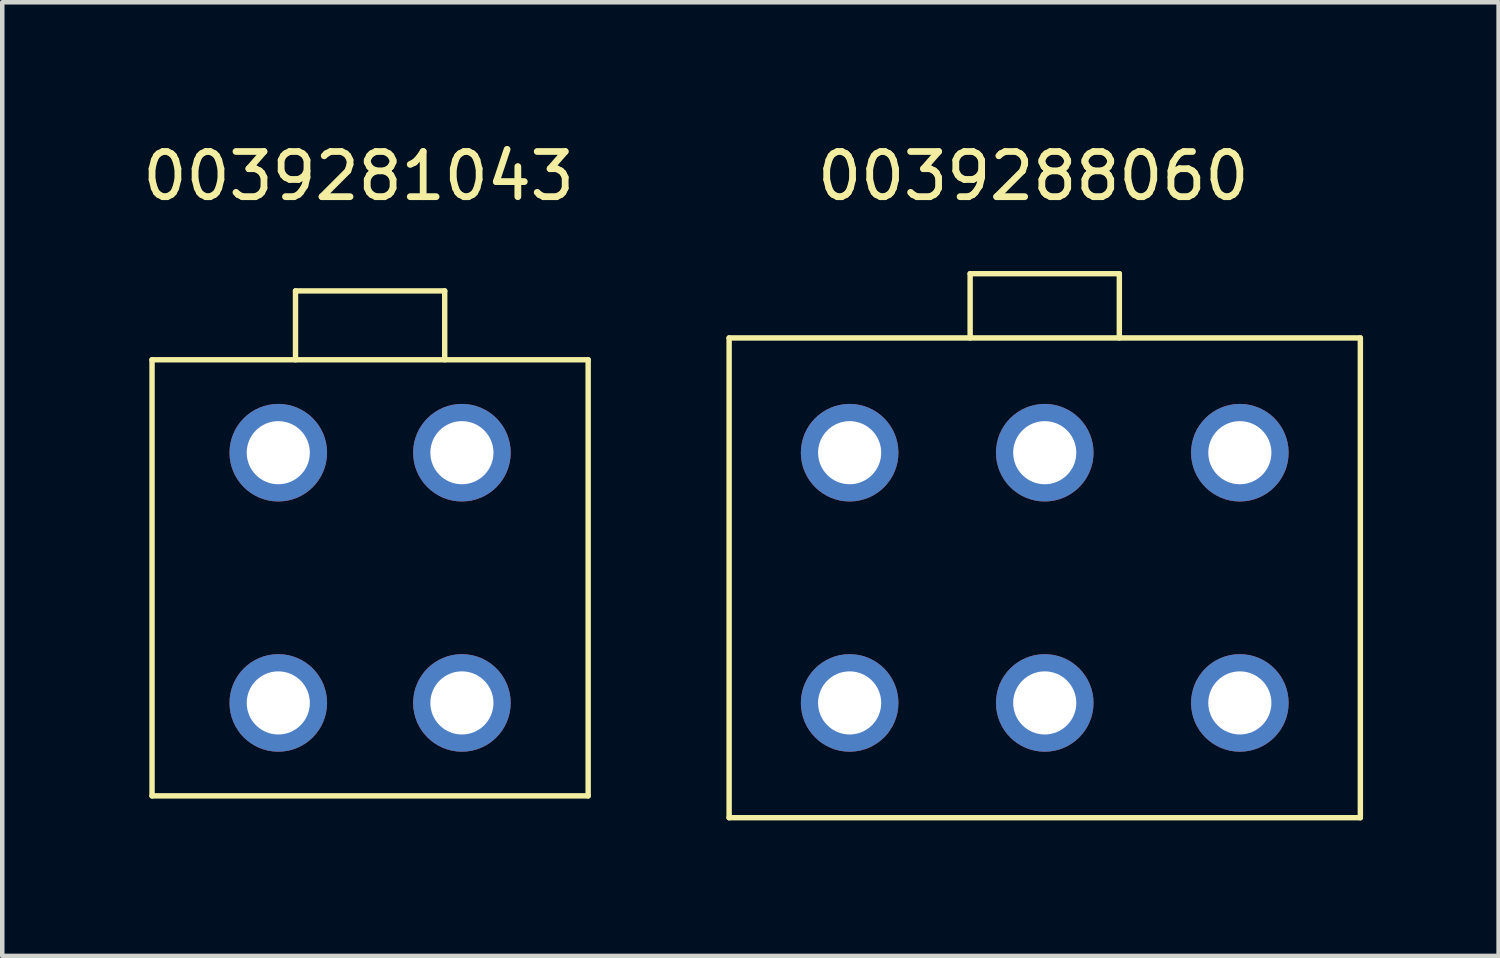
<source format=kicad_pcb>
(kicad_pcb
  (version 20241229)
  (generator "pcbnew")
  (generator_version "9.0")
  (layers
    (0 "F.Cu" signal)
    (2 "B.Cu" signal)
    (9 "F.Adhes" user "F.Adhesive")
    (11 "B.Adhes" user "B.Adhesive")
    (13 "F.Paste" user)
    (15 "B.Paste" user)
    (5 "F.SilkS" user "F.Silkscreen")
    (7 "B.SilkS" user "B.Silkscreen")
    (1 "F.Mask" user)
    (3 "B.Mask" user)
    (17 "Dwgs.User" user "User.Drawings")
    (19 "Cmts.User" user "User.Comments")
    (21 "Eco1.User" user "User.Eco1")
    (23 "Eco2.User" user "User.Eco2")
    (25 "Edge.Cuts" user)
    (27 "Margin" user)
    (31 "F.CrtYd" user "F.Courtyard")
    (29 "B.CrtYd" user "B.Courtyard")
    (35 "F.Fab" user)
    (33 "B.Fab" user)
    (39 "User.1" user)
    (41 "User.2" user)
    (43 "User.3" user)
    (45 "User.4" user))
  (footprint "0039281043"
    (layer "F.Cu")
    (at 5.141 9.738)
    (property "Reference" "0039281043" (at -0.254 -8.89 0) (layer "F.SilkS") (effects (font (size 1 1) (thickness 0.15))))
    (attr through_hole)
    (fp_line (start -4.826 -4.826) (end -4.826 4.826) (stroke (width 0.12) (type solid)) (layer "F.SilkS"))
    (fp_line (start -4.826 -4.826) (end 4.826 -4.826) (stroke (width 0.12) (type solid)) (layer "F.SilkS"))
    (fp_line (start -1.651 -6.35) (end -1.651 -4.826) (stroke (width 0.12) (type solid)) (layer "F.SilkS"))
    (fp_line (start -1.651 -6.35) (end 1.651 -6.35) (stroke (width 0.12) (type solid)) (layer "F.SilkS"))
    (fp_line (start 1.651 -6.35) (end 1.651 -4.826) (stroke (width 0.12) (type solid)) (layer "F.SilkS"))
    (fp_line (start 4.826 -4.826) (end 4.826 4.826) (stroke (width 0.12) (type solid)) (layer "F.SilkS"))
    (fp_line (start 4.826 4.826) (end -4.826 4.826) (stroke (width 0.12) (type solid)) (layer "F.SilkS"))
    (pad "1" thru_hole circle (at 2.032 -2.769) (size 2.159 2.159) (drill 1.397) (layers "*.Cu" "*.Mask"))
    (pad "2" thru_hole circle (at 2.032 2.769) (size 2.159 2.159) (drill 1.397) (layers "*.Cu" "*.Mask"))
    (pad "3" thru_hole circle (at -2.032 2.769) (size 2.159 2.159) (drill 1.397) (layers "*.Cu" "*.Mask"))
    (pad "4" thru_hole circle (at -2.032 -2.769) (size 2.159 2.159) (drill 1.397) (layers "*.Cu" "*.Mask")))
  (footprint "0039288060"
    (layer "F.Cu")
    (at 20.072 9.738)
    (property "Reference" "0039288060" (at -0.254 -8.89 0) (layer "F.SilkS") (effects (font (size 1 1) (thickness 0.15))))
    (attr through_hole)
    (fp_line (start -6.985 -5.309) (end -6.985 5.309) (stroke (width 0.12) (type solid)) (layer "F.SilkS"))
    (fp_line (start -6.985 -5.309) (end 6.985 -5.309) (stroke (width 0.12) (type solid)) (layer "F.SilkS"))
    (fp_line (start -1.651 -6.731) (end -1.651 -5.309) (stroke (width 0.12) (type solid)) (layer "F.SilkS"))
    (fp_line (start -1.651 -6.731) (end 1.651 -6.731) (stroke (width 0.12) (type solid)) (layer "F.SilkS"))
    (fp_line (start 1.651 -6.731) (end 1.651 -5.309) (stroke (width 0.12) (type solid)) (layer "F.SilkS"))
    (fp_line (start 6.985 -5.309) (end 6.985 5.309) (stroke (width 0.12) (type solid)) (layer "F.SilkS"))
    (fp_line (start 6.985 5.309) (end -6.985 5.309) (stroke (width 0.12) (type solid)) (layer "F.SilkS"))
    (pad "1" thru_hole circle (at 4.318 -2.769) (size 2.159 2.159) (drill 1.397) (layers "*.Cu" "*.Mask"))
    (pad "2" thru_hole circle (at 4.318 2.769) (size 2.159 2.159) (drill 1.397) (layers "*.Cu" "*.Mask"))
    (pad "3" thru_hole circle (at 0 2.769) (size 2.159 2.159) (drill 1.397) (layers "*.Cu" "*.Mask"))
    (pad "4" thru_hole circle (at -4.318 2.769) (size 2.159 2.159) (drill 1.397) (layers "*.Cu" "*.Mask"))
    (pad "5" thru_hole circle (at -4.318 -2.769) (size 2.159 2.159) (drill 1.397) (layers "*.Cu" "*.Mask"))
    (pad "6" thru_hole circle (at 0 -2.769) (size 2.159 2.159) (drill 1.397) (layers "*.Cu" "*.Mask")))
  (gr_rect
    (start -3 -3)
    (end 30.117 18.107)
    (stroke (width 0.1) (type default))
    (fill no)
    (layer "Edge.Cuts")))
</source>
